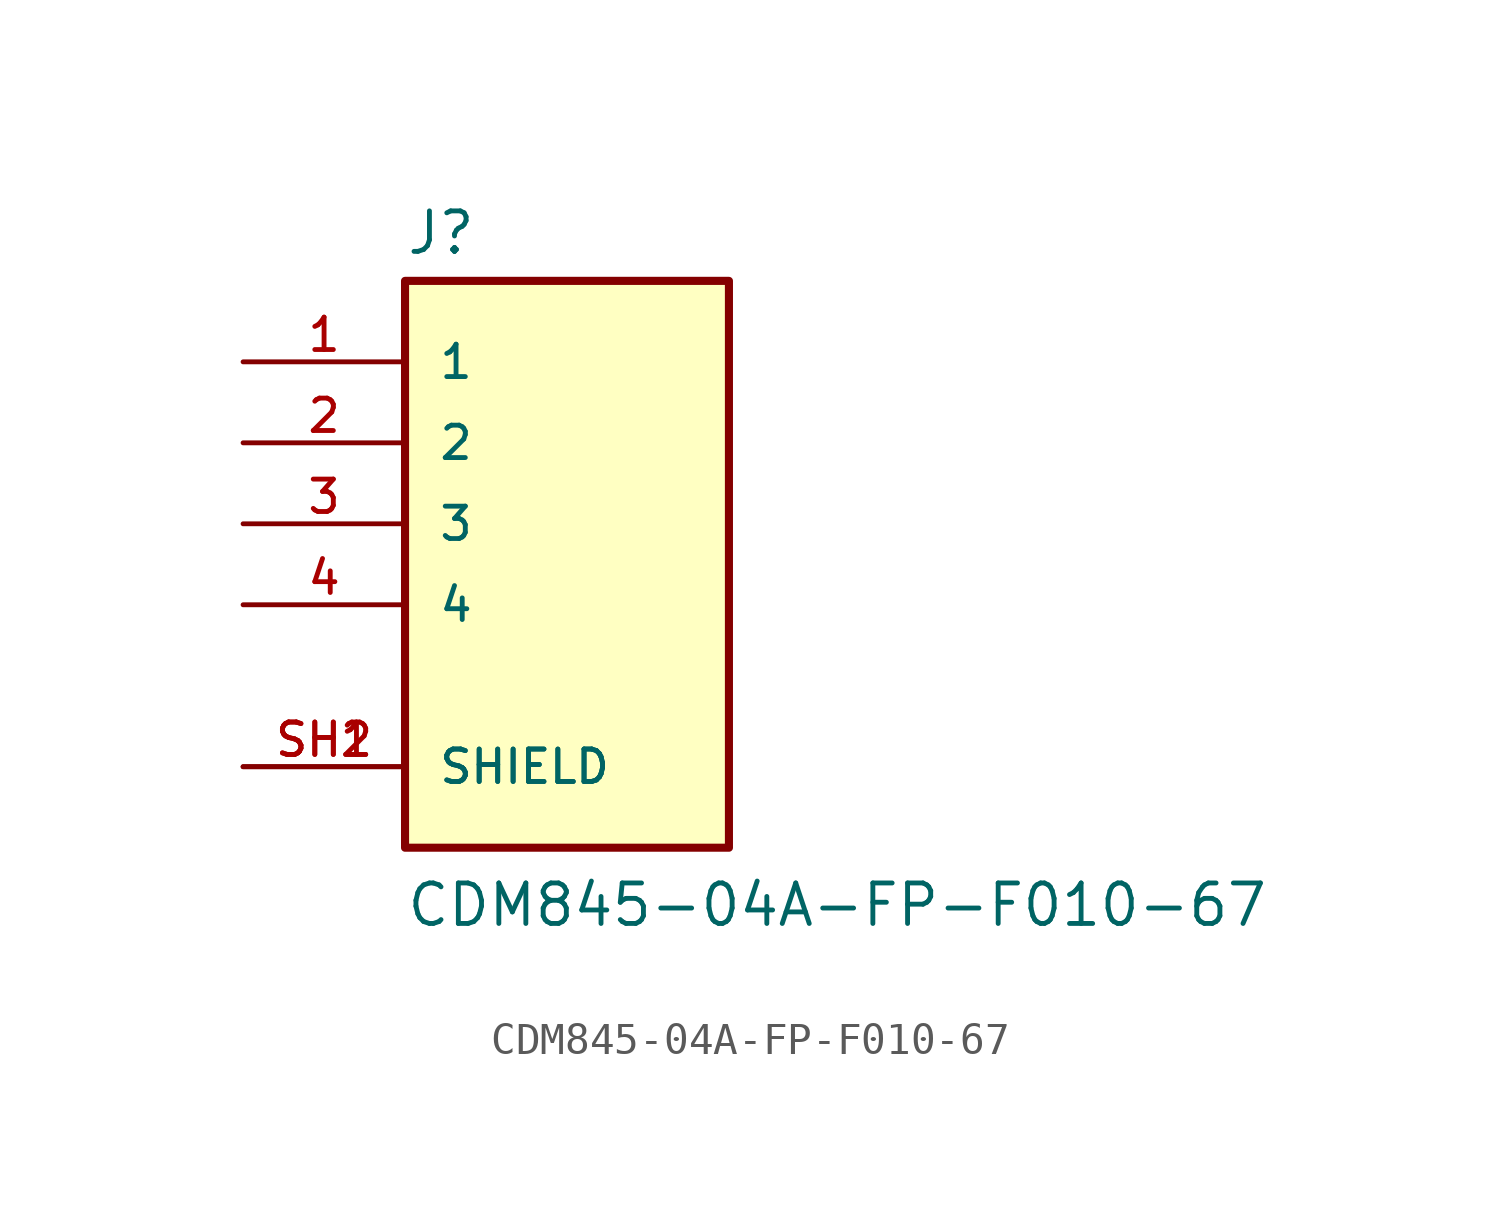
<source format=kicad_sym>
(kicad_symbol_lib
  (version 20211014)
  (generator kicad_symbol_editor)
  (symbol "CDM845-04A-FP-F010-67"
    (pin_names
      (offset 1.016))
    (property "Reference" "J"
      (at -5.08 8.382 0)
      (effects (font (size 1.27 1.27)) (justify bottom left)))
    (property "Value" "CDM845-04A-FP-F010-67"
      (at -5.08 -12.7 0)
      (effects (font (size 1.27 1.27)) (justify bottom left)))
    (symbol "CDM845-04A-FP-F010-67_0_0"
      (rectangle (start -5.08 -10.16) (end 5.08 7.62) (stroke (width 0.254)) (fill (type background)))
      (pin passive line (at -10.16 5.08 0) (length 5.08) (name "1" (effects (font (size 1.016 1.016)))) (number "1" (effects (font (size 1.016 1.016)))))
      (pin passive line (at -10.16 -2.54 0) (length 5.08) (name "4" (effects (font (size 1.016 1.016)))) (number "4" (effects (font (size 1.016 1.016)))))
      (pin passive line (at -10.16 0.0 0) (length 5.08) (name "3" (effects (font (size 1.016 1.016)))) (number "3" (effects (font (size 1.016 1.016)))))
      (pin passive line (at -10.16 -7.62 0) (length 5.08) (name "SHIELD" (effects (font (size 1.016 1.016)))) (number "SH1" (effects (font (size 1.016 1.016)))))
      (pin passive line (at -10.16 -7.62 0) (length 5.08) (name "SHIELD" (effects (font (size 1.016 1.016)))) (number "SH2" (effects (font (size 1.016 1.016)))))
      (pin passive line (at -10.16 2.54 0) (length 5.08) (name "2" (effects (font (size 1.016 1.016)))) (number "2" (effects (font (size 1.016 1.016))))))))
</source>
